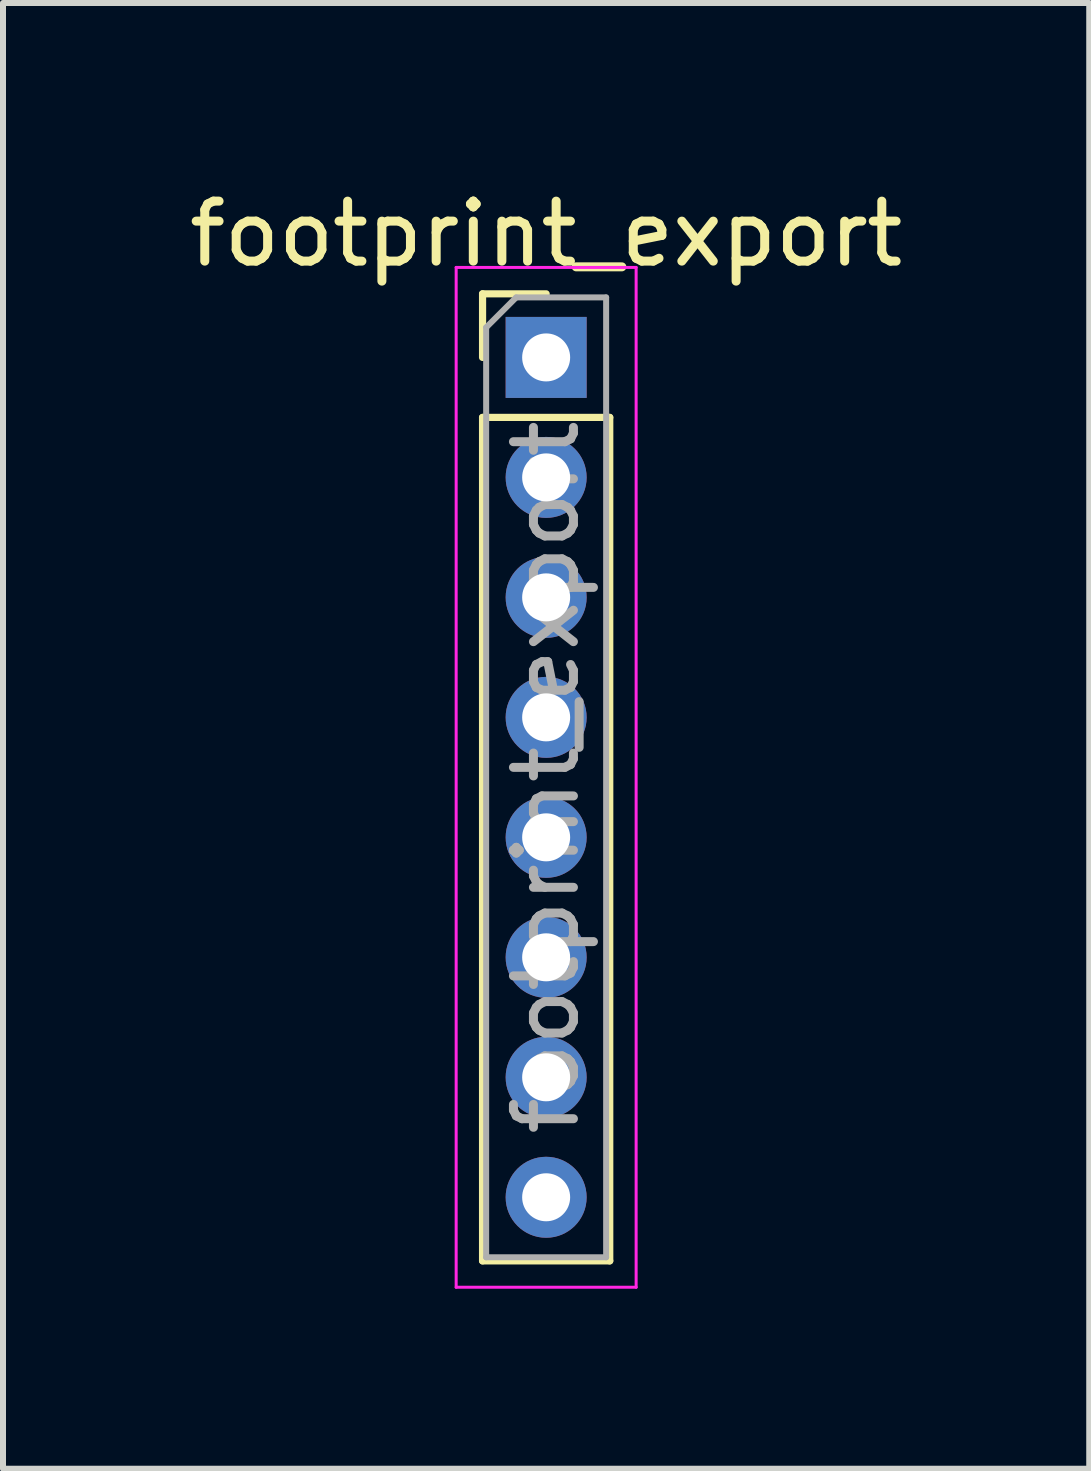
<source format=kicad_pcb>
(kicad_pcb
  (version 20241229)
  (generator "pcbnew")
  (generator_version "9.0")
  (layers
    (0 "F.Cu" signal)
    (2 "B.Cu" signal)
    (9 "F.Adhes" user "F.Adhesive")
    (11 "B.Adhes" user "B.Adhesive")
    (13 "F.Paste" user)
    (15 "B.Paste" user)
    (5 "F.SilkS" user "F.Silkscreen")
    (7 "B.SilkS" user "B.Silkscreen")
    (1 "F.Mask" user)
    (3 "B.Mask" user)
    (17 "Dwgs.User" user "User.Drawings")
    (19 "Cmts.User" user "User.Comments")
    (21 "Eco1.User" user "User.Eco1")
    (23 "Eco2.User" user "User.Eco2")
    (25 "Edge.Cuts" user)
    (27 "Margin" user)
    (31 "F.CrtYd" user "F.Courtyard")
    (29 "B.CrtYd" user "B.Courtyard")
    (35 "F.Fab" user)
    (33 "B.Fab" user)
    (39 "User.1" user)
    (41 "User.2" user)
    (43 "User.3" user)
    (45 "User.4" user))
  (footprint "footprint_export"
    (layer "F.Cu")
    (at 6.054 2.908)
    (property "Reference" "footprint_export" (at 0 -2.06 0) (layer "F.SilkS") (effects (font (size 1 1) (thickness 0.15))))
    (attr through_hole)
    (fp_line (start -1.06 -1.06) (end 0 -1.06) (stroke (width 0.12) (type solid)) (layer "F.SilkS"))
    (fp_line (start -1.06 0) (end -1.06 -1.06) (stroke (width 0.12) (type solid)) (layer "F.SilkS"))
    (fp_line (start -1.06 1) (end -1.06 15.06) (stroke (width 0.12) (type solid)) (layer "F.SilkS"))
    (fp_line (start -1.06 1) (end 1.06 1) (stroke (width 0.12) (type solid)) (layer "F.SilkS"))
    (fp_line (start -1.06 15.06) (end 1.06 15.06) (stroke (width 0.12) (type solid)) (layer "F.SilkS"))
    (fp_line (start 1.06 1) (end 1.06 15.06) (stroke (width 0.12) (type solid)) (layer "F.SilkS"))
    (fp_line (start -1.5 -1.5) (end -1.5 15.5) (stroke (width 0.05) (type solid)) (layer "F.CrtYd"))
    (fp_line (start -1.5 15.5) (end 1.5 15.5) (stroke (width 0.05) (type solid)) (layer "F.CrtYd"))
    (fp_line (start 1.5 -1.5) (end -1.5 -1.5) (stroke (width 0.05) (type solid)) (layer "F.CrtYd"))
    (fp_line (start 1.5 15.5) (end 1.5 -1.5) (stroke (width 0.05) (type solid)) (layer "F.CrtYd"))
    (fp_line (start -1 -0.5) (end -0.5 -1) (stroke (width 0.1) (type solid)) (layer "F.Fab"))
    (fp_line (start -1 15) (end -1 -0.5) (stroke (width 0.1) (type solid)) (layer "F.Fab"))
    (fp_line (start -0.5 -1) (end 1 -1) (stroke (width 0.1) (type solid)) (layer "F.Fab"))
    (fp_line (start 1 -1) (end 1 15) (stroke (width 0.1) (type solid)) (layer "F.Fab"))
    (fp_line (start 1 15) (end -1 15) (stroke (width 0.1) (type solid)) (layer "F.Fab"))
    (fp_text user "${REFERENCE}" (at 0 7 90) (layer "F.Fab") (effects (font (size 1 1) (thickness 0.15))))
    (pad "1" thru_hole rect (at 0 0) (size 1.35 1.35) (drill 0.8) (layers "*.Cu" "*.Mask"))
    (pad "2" thru_hole oval (at 0 2) (size 1.35 1.35) (drill 0.8) (layers "*.Cu" "*.Mask"))
    (pad "3" thru_hole oval (at 0 4) (size 1.35 1.35) (drill 0.8) (layers "*.Cu" "*.Mask"))
    (pad "4" thru_hole oval (at 0 6) (size 1.35 1.35) (drill 0.8) (layers "*.Cu" "*.Mask"))
    (pad "5" thru_hole oval (at 0 8) (size 1.35 1.35) (drill 0.8) (layers "*.Cu" "*.Mask"))
    (pad "6" thru_hole oval (at 0 10) (size 1.35 1.35) (drill 0.8) (layers "*.Cu" "*.Mask"))
    (pad "7" thru_hole oval (at 0 12) (size 1.35 1.35) (drill 0.8) (layers "*.Cu" "*.Mask"))
    (pad "8" thru_hole oval (at 0 14) (size 1.35 1.35) (drill 0.8) (layers "*.Cu" "*.Mask")))
  (gr_rect
    (start -3 -3)
    (end 15.107 21.433)
    (stroke (width 0.1) (type default))
    (fill no)
    (layer "Edge.Cuts")))
</source>
